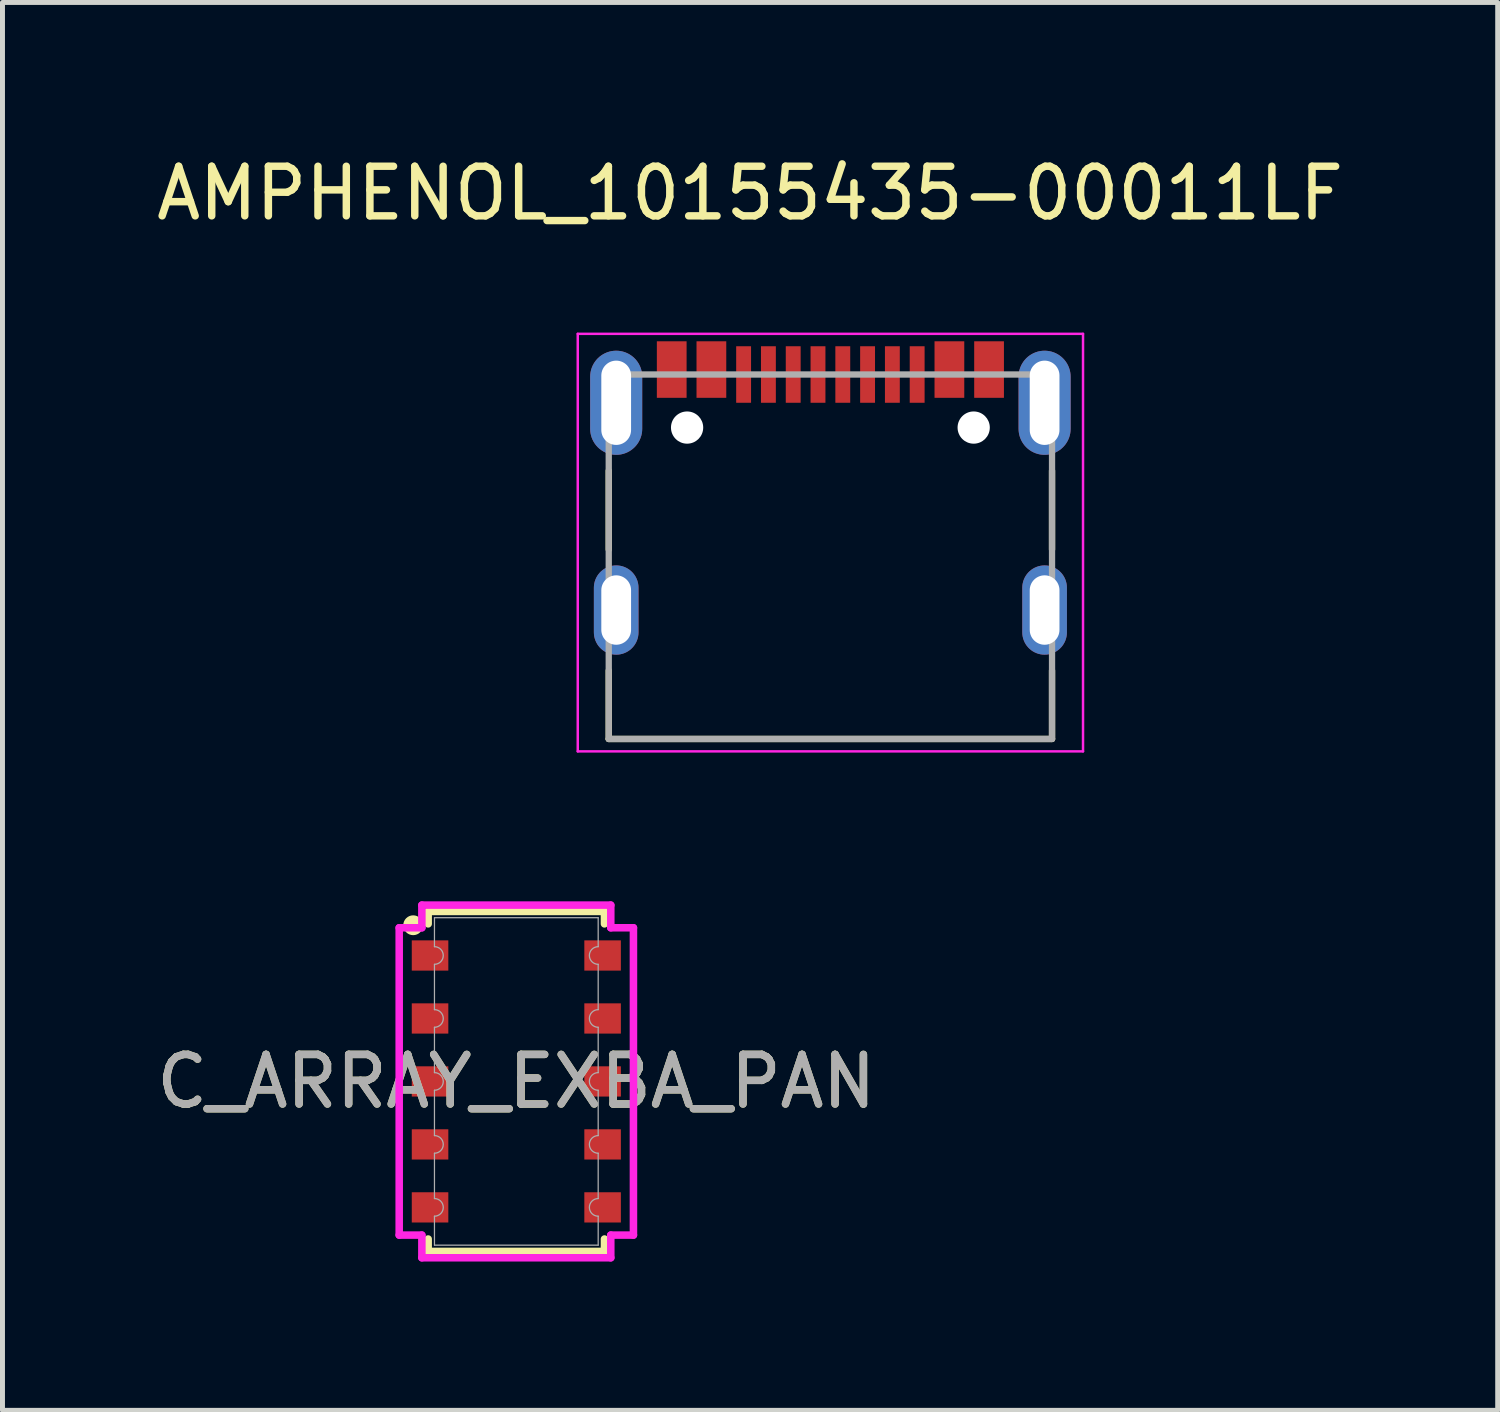
<source format=kicad_pcb>
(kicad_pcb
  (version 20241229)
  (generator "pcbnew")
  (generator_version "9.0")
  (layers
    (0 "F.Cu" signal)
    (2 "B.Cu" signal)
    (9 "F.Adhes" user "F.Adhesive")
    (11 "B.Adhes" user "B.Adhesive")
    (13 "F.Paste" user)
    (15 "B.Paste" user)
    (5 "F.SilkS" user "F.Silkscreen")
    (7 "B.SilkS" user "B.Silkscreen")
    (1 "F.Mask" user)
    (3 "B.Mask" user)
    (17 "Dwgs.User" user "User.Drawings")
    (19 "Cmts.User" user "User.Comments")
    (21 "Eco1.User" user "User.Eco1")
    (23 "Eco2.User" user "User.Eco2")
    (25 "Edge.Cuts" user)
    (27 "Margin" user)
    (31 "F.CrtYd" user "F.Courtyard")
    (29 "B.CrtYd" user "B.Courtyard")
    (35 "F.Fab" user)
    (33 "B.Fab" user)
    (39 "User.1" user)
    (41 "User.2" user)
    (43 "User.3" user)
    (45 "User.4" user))
  (footprint "AMPHENOL_10155435-00011LF"
    (layer "F.Cu")
    (at 13.697 9.253)
    (property "Reference" "AMPHENOL_10155435-00011LF" (at -1.62 -8.405 0) (layer "F.SilkS") (effects (font (size 1 1) (thickness 0.15))))
    (attr smd)
    (fp_line (start -4.47 -2.81) (end -4.47 -1.22) (stroke (width 0.127) (type solid)) (layer "F.SilkS"))
    (fp_line (start -4.47 2.6) (end -4.47 1.22) (stroke (width 0.127) (type solid)) (layer "F.SilkS"))
    (fp_line (start 4.47 -2.81) (end 4.47 -1.22) (stroke (width 0.127) (type solid)) (layer "F.SilkS"))
    (fp_line (start 4.47 2.6) (end -4.47 2.6) (stroke (width 0.127) (type solid)) (layer "F.SilkS"))
    (fp_line (start 4.47 2.6) (end 4.47 1.22) (stroke (width 0.127) (type solid)) (layer "F.SilkS"))
    (fp_line (start -5.095 -5.57) (end -5.095 2.85) (stroke (width 0.05) (type solid)) (layer "F.CrtYd"))
    (fp_line (start -5.095 2.85) (end 5.095 2.85) (stroke (width 0.05) (type solid)) (layer "F.CrtYd"))
    (fp_line (start 5.095 -5.57) (end -5.095 -5.57) (stroke (width 0.05) (type solid)) (layer "F.CrtYd"))
    (fp_line (start 5.095 2.85) (end 5.095 -5.57) (stroke (width 0.05) (type solid)) (layer "F.CrtYd"))
    (fp_line (start -4.47 -4.75) (end 4.47 -4.75) (stroke (width 0.127) (type solid)) (layer "F.Fab"))
    (fp_line (start -4.47 2.6) (end -4.47 -4.75) (stroke (width 0.127) (type solid)) (layer "F.Fab"))
    (fp_line (start 4.47 -4.75) (end 4.47 2.6) (stroke (width 0.127) (type solid)) (layer "F.Fab"))
    (fp_line (start 4.47 2.6) (end -4.47 2.6) (stroke (width 0.127) (type solid)) (layer "F.Fab"))
    (pad "" np_thru_hole circle (at -2.89 -3.68) (size 0.65 0.65) (drill 0.65) (layers "*.Cu" "*.Mask"))
    (pad "" np_thru_hole circle (at 2.89 -3.68) (size 0.65 0.65) (drill 0.65) (layers "*.Cu" "*.Mask"))
    (pad "A1_B12" smd rect (at -3.2 -4.75) (size 0.6 1.14) (drill (offset 0 -0.1)) (layers "F.Cu" "F.Mask" "F.Paste"))
    (pad "A4_B9" smd rect (at -2.4 -4.75) (size 0.6 1.14) (drill (offset 0 -0.1)) (layers "F.Cu" "F.Mask" "F.Paste"))
    (pad "A5" smd rect (at -1.25 -4.75) (size 0.3 1.14) (layers "F.Cu" "F.Mask" "F.Paste"))
    (pad "A6" smd rect (at -0.25 -4.75) (size 0.3 1.14) (layers "F.Cu" "F.Mask" "F.Paste"))
    (pad "A7" smd rect (at 0.25 -4.75) (size 0.3 1.14) (layers "F.Cu" "F.Mask" "F.Paste"))
    (pad "A8" smd rect (at 1.25 -4.75) (size 0.3 1.14) (layers "F.Cu" "F.Mask" "F.Paste"))
    (pad "B1_A12" smd rect (at 3.2 -4.75) (size 0.6 1.14) (drill (offset 0 -0.1)) (layers "F.Cu" "F.Mask" "F.Paste"))
    (pad "B4_A9" smd rect (at 2.4 -4.75) (size 0.6 1.14) (drill (offset 0 -0.1)) (layers "F.Cu" "F.Mask" "F.Paste"))
    (pad "B5" smd rect (at 1.75 -4.75) (size 0.3 1.14) (layers "F.Cu" "F.Mask" "F.Paste"))
    (pad "B6" smd rect (at 0.75 -4.75) (size 0.3 1.14) (layers "F.Cu" "F.Mask" "F.Paste"))
    (pad "B7" smd rect (at -0.75 -4.75) (size 0.3 1.14) (layers "F.Cu" "F.Mask" "F.Paste"))
    (pad "B8" smd rect (at -1.75 -4.75) (size 0.3 1.14) (layers "F.Cu" "F.Mask" "F.Paste"))
    (pad "SH1" thru_hole oval (at -4.32 -4.18) (size 1.05 2.1) (drill oval 0.6 1.7) (layers "*.Cu" "*.Mask"))
    (pad "SH2" thru_hole oval (at 4.32 -4.18) (size 1.05 2.1) (drill oval 0.6 1.7) (layers "*.Cu" "*.Mask"))
    (pad "SH3" thru_hole oval (at -4.32 0) (size 0.9 1.8) (drill oval 0.6 1.4) (layers "*.Cu" "*.Mask"))
    (pad "SH4" thru_hole oval (at 4.32 0) (size 0.9 1.8) (drill oval 0.6 1.4) (layers "*.Cu" "*.Mask")))
  (footprint "C_ARRAY_EXBA_PAN"
    (layer "F.Cu")
    (at 7.363 18.76)
    (property "Reference" "C_ARRAY_EXBA_PAN" (at 0 0 0) (unlocked yes) (layer "F.SilkS") (effects (font (size 1 1) (thickness 0.15))))
    (attr smd)
    (fp_line (start -1.778 -3.429) (end 1.778 -3.429) (stroke (width 0.152) (type solid)) (layer "F.SilkS"))
    (fp_line (start -1.778 -3.178) (end -1.778 -3.429) (stroke (width 0.152) (type solid)) (layer "F.SilkS"))
    (fp_line (start -1.778 3.178) (end -1.778 3.429) (stroke (width 0.152) (type solid)) (layer "F.SilkS"))
    (fp_line (start -1.778 3.429) (end 1.778 3.429) (stroke (width 0.152) (type solid)) (layer "F.SilkS"))
    (fp_line (start 1.778 -3.178) (end 1.778 -3.429) (stroke (width 0.152) (type solid)) (layer "F.SilkS"))
    (fp_line (start 1.778 3.178) (end 1.778 3.429) (stroke (width 0.152) (type solid)) (layer "F.SilkS"))
    (fp_circle (center -2.08 -3.15) (end -1.93 -3.15) (stroke (width 0.1) (type solid)) (fill yes) (layer "F.SilkS"))
    (fp_line (start -2.362 -3.099) (end -1.905 -3.099) (stroke (width 0.152) (type solid)) (layer "F.CrtYd"))
    (fp_line (start -2.362 3.099) (end -2.362 -3.099) (stroke (width 0.152) (type solid)) (layer "F.CrtYd"))
    (fp_line (start -2.362 3.099) (end -1.905 3.099) (stroke (width 0.152) (type solid)) (layer "F.CrtYd"))
    (fp_line (start -1.905 -3.556) (end 1.905 -3.556) (stroke (width 0.152) (type solid)) (layer "F.CrtYd"))
    (fp_line (start -1.905 -3.099) (end -1.905 -3.556) (stroke (width 0.152) (type solid)) (layer "F.CrtYd"))
    (fp_line (start -1.905 3.556) (end -1.905 3.099) (stroke (width 0.152) (type solid)) (layer "F.CrtYd"))
    (fp_line (start 1.905 -3.556) (end 1.905 -3.099) (stroke (width 0.152) (type solid)) (layer "F.CrtYd"))
    (fp_line (start 1.905 3.099) (end 1.905 3.556) (stroke (width 0.152) (type solid)) (layer "F.CrtYd"))
    (fp_line (start 1.905 3.556) (end -1.905 3.556) (stroke (width 0.152) (type solid)) (layer "F.CrtYd"))
    (fp_line (start 2.362 -3.099) (end 1.905 -3.099) (stroke (width 0.152) (type solid)) (layer "F.CrtYd"))
    (fp_line (start 2.362 -3.099) (end 2.362 3.099) (stroke (width 0.152) (type solid)) (layer "F.CrtYd"))
    (fp_line (start 2.362 3.099) (end 1.905 3.099) (stroke (width 0.152) (type solid)) (layer "F.CrtYd"))
    (fp_line (start -1.651 -3.302) (end 1.651 -3.302) (stroke (width 0.025) (type solid)) (layer "F.Fab"))
    (fp_line (start -1.651 -2.718) (end -1.651 -3.302) (stroke (width 0.025) (type solid)) (layer "F.Fab"))
    (fp_line (start -1.651 -2.362) (end -1.651 -1.448) (stroke (width 0.025) (type solid)) (layer "F.Fab"))
    (fp_line (start -1.651 -1.092) (end -1.651 -0.178) (stroke (width 0.025) (type solid)) (layer "F.Fab"))
    (fp_line (start -1.651 0.178) (end -1.651 1.092) (stroke (width 0.025) (type solid)) (layer "F.Fab"))
    (fp_line (start -1.651 1.448) (end -1.651 2.362) (stroke (width 0.025) (type solid)) (layer "F.Fab"))
    (fp_line (start -1.651 2.718) (end -1.651 3.302) (stroke (width 0.025) (type solid)) (layer "F.Fab"))
    (fp_line (start -1.651 3.302) (end 1.651 3.302) (stroke (width 0.025) (type solid)) (layer "F.Fab"))
    (fp_line (start 1.651 -2.718) (end 1.651 -3.302) (stroke (width 0.025) (type solid)) (layer "F.Fab"))
    (fp_line (start 1.651 -2.362) (end 1.651 -1.448) (stroke (width 0.025) (type solid)) (layer "F.Fab"))
    (fp_line (start 1.651 -1.092) (end 1.651 -0.178) (stroke (width 0.025) (type solid)) (layer "F.Fab"))
    (fp_line (start 1.651 0.178) (end 1.651 1.092) (stroke (width 0.025) (type solid)) (layer "F.Fab"))
    (fp_line (start 1.651 1.448) (end 1.651 2.362) (stroke (width 0.025) (type solid)) (layer "F.Fab"))
    (fp_line (start 1.651 2.718) (end 1.651 3.302) (stroke (width 0.025) (type solid)) (layer "F.Fab"))
    (fp_arc (start -1.651 -2.7178) (mid -1.4732 -2.54) (end -1.651 -2.3622) (stroke (width 0.0254) (type solid)) (layer "F.Fab"))
    (fp_arc (start -1.651 -1.4478) (mid -1.4732 -1.27) (end -1.651 -1.0922) (stroke (width 0.0254) (type solid)) (layer "F.Fab"))
    (fp_arc (start -1.651 -0.1778) (mid -1.4732 0) (end -1.651 0.1778) (stroke (width 0.0254) (type solid)) (layer "F.Fab"))
    (fp_arc (start -1.651 1.0922) (mid -1.4732 1.27) (end -1.651 1.4478) (stroke (width 0.0254) (type solid)) (layer "F.Fab"))
    (fp_arc (start -1.651 2.3622) (mid -1.4732 2.54) (end -1.651 2.7178) (stroke (width 0.0254) (type solid)) (layer "F.Fab"))
    (fp_arc (start 1.651 -2.3622) (mid 1.4732 -2.54) (end 1.651 -2.7178) (stroke (width 0.0254) (type solid)) (layer "F.Fab"))
    (fp_arc (start 1.651 -1.0922) (mid 1.4732 -1.27) (end 1.651 -1.4478) (stroke (width 0.0254) (type solid)) (layer "F.Fab"))
    (fp_arc (start 1.651 0.1778) (mid 1.4732 0) (end 1.651 -0.1778) (stroke (width 0.0254) (type solid)) (layer "F.Fab"))
    (fp_arc (start 1.651 1.4478) (mid 1.4732 1.27) (end 1.651 1.0922) (stroke (width 0.0254) (type solid)) (layer "F.Fab"))
    (fp_arc (start 1.651 2.7178) (mid 1.4732 2.54) (end 1.651 2.3622) (stroke (width 0.0254) (type solid)) (layer "F.Fab"))
    (fp_text user "${REFERENCE}" (at 0 0 0) (unlocked yes) (layer "F.Fab") (effects (font (size 1 1) (thickness 0.15))))
    (pad "1" smd rect (at -1.74 -2.54) (size 0.737 0.61) (layers "F.Cu" "F.Mask" "F.Paste"))
    (pad "2" smd rect (at -1.74 -1.27) (size 0.737 0.61) (layers "F.Cu" "F.Mask" "F.Paste"))
    (pad "3" smd rect (at -1.74 0) (size 0.737 0.61) (layers "F.Cu" "F.Mask" "F.Paste"))
    (pad "4" smd rect (at -1.74 1.27) (size 0.737 0.61) (layers "F.Cu" "F.Mask" "F.Paste"))
    (pad "5" smd rect (at -1.74 2.54) (size 0.737 0.61) (layers "F.Cu" "F.Mask" "F.Paste"))
    (pad "6" smd rect (at 1.74 2.54) (size 0.737 0.61) (layers "F.Cu" "F.Mask" "F.Paste"))
    (pad "7" smd rect (at 1.74 1.27) (size 0.737 0.61) (layers "F.Cu" "F.Mask" "F.Paste"))
    (pad "8" smd rect (at 1.74 0) (size 0.737 0.61) (layers "F.Cu" "F.Mask" "F.Paste"))
    (pad "9" smd rect (at 1.74 -1.27) (size 0.737 0.61) (layers "F.Cu" "F.Mask" "F.Paste"))
    (pad "10" smd rect (at 1.74 -2.54) (size 0.737 0.61) (layers "F.Cu" "F.Mask" "F.Paste")))
  (gr_rect
    (start -3 -3)
    (end 27.155 25.393)
    (stroke (width 0.1) (type default))
    (fill no)
    (layer "Edge.Cuts")))
</source>
